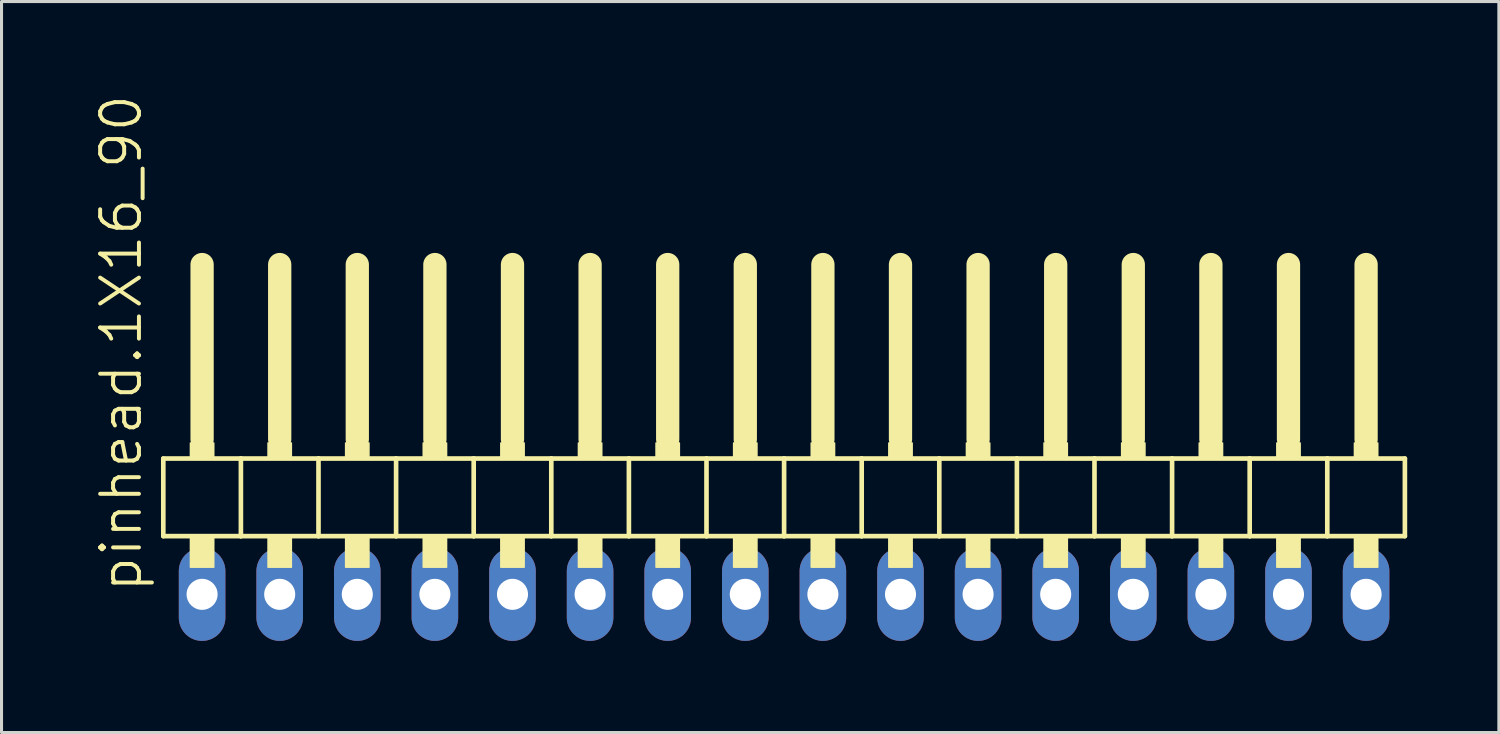
<source format=kicad_pcb>
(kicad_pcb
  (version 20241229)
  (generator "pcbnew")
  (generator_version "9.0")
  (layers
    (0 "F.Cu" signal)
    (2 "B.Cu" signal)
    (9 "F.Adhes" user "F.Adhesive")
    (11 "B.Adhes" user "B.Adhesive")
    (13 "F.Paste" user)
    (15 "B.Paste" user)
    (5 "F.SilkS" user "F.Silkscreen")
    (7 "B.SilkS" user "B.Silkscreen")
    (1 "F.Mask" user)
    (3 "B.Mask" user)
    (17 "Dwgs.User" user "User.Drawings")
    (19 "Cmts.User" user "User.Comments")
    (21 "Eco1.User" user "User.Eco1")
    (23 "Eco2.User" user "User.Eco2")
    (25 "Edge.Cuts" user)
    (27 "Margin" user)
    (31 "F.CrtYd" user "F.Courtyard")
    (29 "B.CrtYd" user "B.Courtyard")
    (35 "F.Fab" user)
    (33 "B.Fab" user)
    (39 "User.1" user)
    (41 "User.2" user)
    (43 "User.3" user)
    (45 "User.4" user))
  (footprint "pinhead.1X16_90"
    (layer "F.Cu")
    (at 22.615 12.594)
    (property "Reference" "pinhead.1X16_90" (at -20.955 3.81 90) (layer "F.SilkS") (effects (font (size 1.27 1.27) (thickness 0.13)) (justify left bottom)))
    (attr through_hole)
    (fp_line (start -20.32 -0.635) (end -20.32 1.905) (stroke (width 0.152) (type default)) (layer "F.SilkS"))
    (fp_line (start -20.32 1.905) (end -17.78 1.905) (stroke (width 0.152) (type default)) (layer "F.SilkS"))
    (fp_line (start -19.05 -6.985) (end -19.05 -1.27) (stroke (width 0.762) (type default)) (layer "F.SilkS"))
    (fp_line (start -17.78 -0.635) (end -20.32 -0.635) (stroke (width 0.152) (type default)) (layer "F.SilkS"))
    (fp_line (start -17.78 1.905) (end -17.78 -0.635) (stroke (width 0.152) (type default)) (layer "F.SilkS"))
    (fp_line (start -17.78 1.905) (end -15.24 1.905) (stroke (width 0.152) (type default)) (layer "F.SilkS"))
    (fp_line (start -16.51 -6.985) (end -16.51 -1.27) (stroke (width 0.762) (type default)) (layer "F.SilkS"))
    (fp_line (start -15.24 -0.635) (end -17.78 -0.635) (stroke (width 0.152) (type default)) (layer "F.SilkS"))
    (fp_line (start -15.24 1.905) (end -15.24 -0.635) (stroke (width 0.152) (type default)) (layer "F.SilkS"))
    (fp_line (start -15.24 1.905) (end -12.7 1.905) (stroke (width 0.152) (type default)) (layer "F.SilkS"))
    (fp_line (start -13.97 -6.985) (end -13.97 -1.27) (stroke (width 0.762) (type default)) (layer "F.SilkS"))
    (fp_line (start -12.7 -0.635) (end -15.24 -0.635) (stroke (width 0.152) (type default)) (layer "F.SilkS"))
    (fp_line (start -12.7 1.905) (end -12.7 -0.635) (stroke (width 0.152) (type default)) (layer "F.SilkS"))
    (fp_line (start -12.7 1.905) (end -10.16 1.905) (stroke (width 0.152) (type default)) (layer "F.SilkS"))
    (fp_line (start -11.43 -6.985) (end -11.43 -1.27) (stroke (width 0.762) (type default)) (layer "F.SilkS"))
    (fp_line (start -10.16 -0.635) (end -12.7 -0.635) (stroke (width 0.152) (type default)) (layer "F.SilkS"))
    (fp_line (start -10.16 1.905) (end -10.16 -0.635) (stroke (width 0.152) (type default)) (layer "F.SilkS"))
    (fp_line (start -10.16 1.905) (end -7.62 1.905) (stroke (width 0.152) (type default)) (layer "F.SilkS"))
    (fp_line (start -8.89 -6.985) (end -8.89 -1.27) (stroke (width 0.762) (type default)) (layer "F.SilkS"))
    (fp_line (start -7.62 -0.635) (end -10.16 -0.635) (stroke (width 0.152) (type default)) (layer "F.SilkS"))
    (fp_line (start -7.62 1.905) (end -7.62 -0.635) (stroke (width 0.152) (type default)) (layer "F.SilkS"))
    (fp_line (start -7.62 1.905) (end -5.08 1.905) (stroke (width 0.152) (type default)) (layer "F.SilkS"))
    (fp_line (start -6.35 -6.985) (end -6.35 -1.27) (stroke (width 0.762) (type default)) (layer "F.SilkS"))
    (fp_line (start -5.08 -0.635) (end -7.62 -0.635) (stroke (width 0.152) (type default)) (layer "F.SilkS"))
    (fp_line (start -5.08 1.905) (end -5.08 -0.635) (stroke (width 0.152) (type default)) (layer "F.SilkS"))
    (fp_line (start -5.08 1.905) (end -2.54 1.905) (stroke (width 0.152) (type default)) (layer "F.SilkS"))
    (fp_line (start -3.81 -6.985) (end -3.81 -1.27) (stroke (width 0.762) (type default)) (layer "F.SilkS"))
    (fp_line (start -2.54 -0.635) (end -5.08 -0.635) (stroke (width 0.152) (type default)) (layer "F.SilkS"))
    (fp_line (start -2.54 1.905) (end -2.54 -0.635) (stroke (width 0.152) (type default)) (layer "F.SilkS"))
    (fp_line (start -2.54 1.905) (end 0 1.905) (stroke (width 0.152) (type default)) (layer "F.SilkS"))
    (fp_line (start -1.27 -6.985) (end -1.27 -1.27) (stroke (width 0.762) (type default)) (layer "F.SilkS"))
    (fp_line (start 0 -0.635) (end -2.54 -0.635) (stroke (width 0.152) (type default)) (layer "F.SilkS"))
    (fp_line (start 0 1.905) (end 0 -0.635) (stroke (width 0.152) (type default)) (layer "F.SilkS"))
    (fp_line (start 0 1.905) (end 2.54 1.905) (stroke (width 0.152) (type default)) (layer "F.SilkS"))
    (fp_line (start 1.27 -6.985) (end 1.27 -1.27) (stroke (width 0.762) (type default)) (layer "F.SilkS"))
    (fp_line (start 2.54 -0.635) (end 0 -0.635) (stroke (width 0.152) (type default)) (layer "F.SilkS"))
    (fp_line (start 2.54 1.905) (end 2.54 -0.635) (stroke (width 0.152) (type default)) (layer "F.SilkS"))
    (fp_line (start 2.54 1.905) (end 5.08 1.905) (stroke (width 0.152) (type default)) (layer "F.SilkS"))
    (fp_line (start 3.81 -6.985) (end 3.81 -1.27) (stroke (width 0.762) (type default)) (layer "F.SilkS"))
    (fp_line (start 5.08 -0.635) (end 2.54 -0.635) (stroke (width 0.152) (type default)) (layer "F.SilkS"))
    (fp_line (start 5.08 1.905) (end 5.08 -0.635) (stroke (width 0.152) (type default)) (layer "F.SilkS"))
    (fp_line (start 5.08 1.905) (end 7.62 1.905) (stroke (width 0.152) (type default)) (layer "F.SilkS"))
    (fp_line (start 6.35 -6.985) (end 6.35 -1.27) (stroke (width 0.762) (type default)) (layer "F.SilkS"))
    (fp_line (start 7.62 -0.635) (end 5.08 -0.635) (stroke (width 0.152) (type default)) (layer "F.SilkS"))
    (fp_line (start 7.62 1.905) (end 7.62 -0.635) (stroke (width 0.152) (type default)) (layer "F.SilkS"))
    (fp_line (start 7.62 1.905) (end 10.16 1.905) (stroke (width 0.152) (type default)) (layer "F.SilkS"))
    (fp_line (start 8.89 -6.985) (end 8.89 -1.27) (stroke (width 0.762) (type default)) (layer "F.SilkS"))
    (fp_line (start 10.16 -0.635) (end 7.62 -0.635) (stroke (width 0.152) (type default)) (layer "F.SilkS"))
    (fp_line (start 10.16 1.905) (end 10.16 -0.635) (stroke (width 0.152) (type default)) (layer "F.SilkS"))
    (fp_line (start 10.16 1.905) (end 12.7 1.905) (stroke (width 0.152) (type default)) (layer "F.SilkS"))
    (fp_line (start 11.43 -6.985) (end 11.43 -1.27) (stroke (width 0.762) (type default)) (layer "F.SilkS"))
    (fp_line (start 12.7 -0.635) (end 10.16 -0.635) (stroke (width 0.152) (type default)) (layer "F.SilkS"))
    (fp_line (start 12.7 1.905) (end 12.7 -0.635) (stroke (width 0.152) (type default)) (layer "F.SilkS"))
    (fp_line (start 12.7 1.905) (end 15.24 1.905) (stroke (width 0.152) (type default)) (layer "F.SilkS"))
    (fp_line (start 13.97 -6.985) (end 13.97 -1.27) (stroke (width 0.762) (type default)) (layer "F.SilkS"))
    (fp_line (start 15.24 -0.635) (end 12.7 -0.635) (stroke (width 0.152) (type default)) (layer "F.SilkS"))
    (fp_line (start 15.24 1.905) (end 15.24 -0.635) (stroke (width 0.152) (type default)) (layer "F.SilkS"))
    (fp_line (start 15.24 1.905) (end 17.78 1.905) (stroke (width 0.152) (type default)) (layer "F.SilkS"))
    (fp_line (start 16.51 -6.985) (end 16.51 -1.27) (stroke (width 0.762) (type default)) (layer "F.SilkS"))
    (fp_line (start 17.78 -0.635) (end 15.24 -0.635) (stroke (width 0.152) (type default)) (layer "F.SilkS"))
    (fp_line (start 17.78 1.905) (end 17.78 -0.635) (stroke (width 0.152) (type default)) (layer "F.SilkS"))
    (fp_line (start 17.78 1.905) (end 20.32 1.905) (stroke (width 0.152) (type default)) (layer "F.SilkS"))
    (fp_line (start 19.05 -6.985) (end 19.05 -1.27) (stroke (width 0.762) (type default)) (layer "F.SilkS"))
    (fp_line (start 20.32 -0.635) (end 17.78 -0.635) (stroke (width 0.152) (type default)) (layer "F.SilkS"))
    (fp_line (start 20.32 1.905) (end 20.32 -0.635) (stroke (width 0.152) (type default)) (layer "F.SilkS"))
    (fp_rect (start -19.431 -0.635) (end -18.669 -1.143) (stroke (width 0.05) (type default)) (fill yes) (layer "F.SilkS"))
    (fp_rect (start -19.431 2.921) (end -18.669 1.905) (stroke (width 0.05) (type default)) (fill yes) (layer "F.SilkS"))
    (fp_rect (start -16.891 -0.635) (end -16.129 -1.143) (stroke (width 0.05) (type default)) (fill yes) (layer "F.SilkS"))
    (fp_rect (start -16.891 2.921) (end -16.129 1.905) (stroke (width 0.05) (type default)) (fill yes) (layer "F.SilkS"))
    (fp_rect (start -14.351 -0.635) (end -13.589 -1.143) (stroke (width 0.05) (type default)) (fill yes) (layer "F.SilkS"))
    (fp_rect (start -14.351 2.921) (end -13.589 1.905) (stroke (width 0.05) (type default)) (fill yes) (layer "F.SilkS"))
    (fp_rect (start -11.811 -0.635) (end -11.049 -1.143) (stroke (width 0.05) (type default)) (fill yes) (layer "F.SilkS"))
    (fp_rect (start -11.811 2.921) (end -11.049 1.905) (stroke (width 0.05) (type default)) (fill yes) (layer "F.SilkS"))
    (fp_rect (start -9.271 -0.635) (end -8.509 -1.143) (stroke (width 0.05) (type default)) (fill yes) (layer "F.SilkS"))
    (fp_rect (start -9.271 2.921) (end -8.509 1.905) (stroke (width 0.05) (type default)) (fill yes) (layer "F.SilkS"))
    (fp_rect (start -6.731 -0.635) (end -5.969 -1.143) (stroke (width 0.05) (type default)) (fill yes) (layer "F.SilkS"))
    (fp_rect (start -6.731 2.921) (end -5.969 1.905) (stroke (width 0.05) (type default)) (fill yes) (layer "F.SilkS"))
    (fp_rect (start -4.191 -0.635) (end -3.429 -1.143) (stroke (width 0.05) (type default)) (fill yes) (layer "F.SilkS"))
    (fp_rect (start -4.191 2.921) (end -3.429 1.905) (stroke (width 0.05) (type default)) (fill yes) (layer "F.SilkS"))
    (fp_rect (start -1.651 -0.635) (end -0.889 -1.143) (stroke (width 0.05) (type default)) (fill yes) (layer "F.SilkS"))
    (fp_rect (start -1.651 2.921) (end -0.889 1.905) (stroke (width 0.05) (type default)) (fill yes) (layer "F.SilkS"))
    (fp_rect (start 0.889 -0.635) (end 1.651 -1.143) (stroke (width 0.05) (type default)) (fill yes) (layer "F.SilkS"))
    (fp_rect (start 0.889 2.921) (end 1.651 1.905) (stroke (width 0.05) (type default)) (fill yes) (layer "F.SilkS"))
    (fp_rect (start 3.429 -0.635) (end 4.191 -1.143) (stroke (width 0.05) (type default)) (fill yes) (layer "F.SilkS"))
    (fp_rect (start 3.429 2.921) (end 4.191 1.905) (stroke (width 0.05) (type default)) (fill yes) (layer "F.SilkS"))
    (fp_rect (start 5.969 -0.635) (end 6.731 -1.143) (stroke (width 0.05) (type default)) (fill yes) (layer "F.SilkS"))
    (fp_rect (start 5.969 2.921) (end 6.731 1.905) (stroke (width 0.05) (type default)) (fill yes) (layer "F.SilkS"))
    (fp_rect (start 8.509 -0.635) (end 9.271 -1.143) (stroke (width 0.05) (type default)) (fill yes) (layer "F.SilkS"))
    (fp_rect (start 8.509 2.921) (end 9.271 1.905) (stroke (width 0.05) (type default)) (fill yes) (layer "F.SilkS"))
    (fp_rect (start 11.049 -0.635) (end 11.811 -1.143) (stroke (width 0.05) (type default)) (fill yes) (layer "F.SilkS"))
    (fp_rect (start 11.049 2.921) (end 11.811 1.905) (stroke (width 0.05) (type default)) (fill yes) (layer "F.SilkS"))
    (fp_rect (start 13.589 -0.635) (end 14.351 -1.143) (stroke (width 0.05) (type default)) (fill yes) (layer "F.SilkS"))
    (fp_rect (start 13.589 2.921) (end 14.351 1.905) (stroke (width 0.05) (type default)) (fill yes) (layer "F.SilkS"))
    (fp_rect (start 16.129 -0.635) (end 16.891 -1.143) (stroke (width 0.05) (type default)) (fill yes) (layer "F.SilkS"))
    (fp_rect (start 16.129 2.921) (end 16.891 1.905) (stroke (width 0.05) (type default)) (fill yes) (layer "F.SilkS"))
    (fp_rect (start 18.669 -0.635) (end 19.431 -1.143) (stroke (width 0.05) (type default)) (fill yes) (layer "F.SilkS"))
    (fp_rect (start 18.669 2.921) (end 19.431 1.905) (stroke (width 0.05) (type default)) (fill yes) (layer "F.SilkS"))
    (pad "1" thru_hole oval (at -19.05 3.81 90) (size 3.048 1.524) (drill 1.016) (layers "*.Cu" "*.Mask"))
    (pad "2" thru_hole oval (at -16.51 3.81 90) (size 3.048 1.524) (drill 1.016) (layers "*.Cu" "*.Mask"))
    (pad "3" thru_hole oval (at -13.97 3.81 90) (size 3.048 1.524) (drill 1.016) (layers "*.Cu" "*.Mask"))
    (pad "4" thru_hole oval (at -11.43 3.81 90) (size 3.048 1.524) (drill 1.016) (layers "*.Cu" "*.Mask"))
    (pad "5" thru_hole oval (at -8.89 3.81 90) (size 3.048 1.524) (drill 1.016) (layers "*.Cu" "*.Mask"))
    (pad "6" thru_hole oval (at -6.35 3.81 90) (size 3.048 1.524) (drill 1.016) (layers "*.Cu" "*.Mask"))
    (pad "7" thru_hole oval (at -3.81 3.81 90) (size 3.048 1.524) (drill 1.016) (layers "*.Cu" "*.Mask"))
    (pad "8" thru_hole oval (at -1.27 3.81 90) (size 3.048 1.524) (drill 1.016) (layers "*.Cu" "*.Mask"))
    (pad "9" thru_hole oval (at 1.27 3.81 90) (size 3.048 1.524) (drill 1.016) (layers "*.Cu" "*.Mask"))
    (pad "10" thru_hole oval (at 3.81 3.81 90) (size 3.048 1.524) (drill 1.016) (layers "*.Cu" "*.Mask"))
    (pad "11" thru_hole oval (at 6.35 3.81 90) (size 3.048 1.524) (drill 1.016) (layers "*.Cu" "*.Mask"))
    (pad "12" thru_hole oval (at 8.89 3.81 90) (size 3.048 1.524) (drill 1.016) (layers "*.Cu" "*.Mask"))
    (pad "13" thru_hole oval (at 11.43 3.81 90) (size 3.048 1.524) (drill 1.016) (layers "*.Cu" "*.Mask"))
    (pad "14" thru_hole oval (at 13.97 3.81 90) (size 3.048 1.524) (drill 1.016) (layers "*.Cu" "*.Mask"))
    (pad "15" thru_hole oval (at 16.51 3.81 90) (size 3.048 1.524) (drill 1.016) (layers "*.Cu" "*.Mask"))
    (pad "16" thru_hole oval (at 19.05 3.81 90) (size 3.048 1.524) (drill 1.016) (layers "*.Cu" "*.Mask")))
  (gr_rect
    (start -3 -3)
    (end 46.011 20.928)
    (stroke (width 0.1) (type default))
    (fill no)
    (layer "Edge.Cuts")))
</source>
